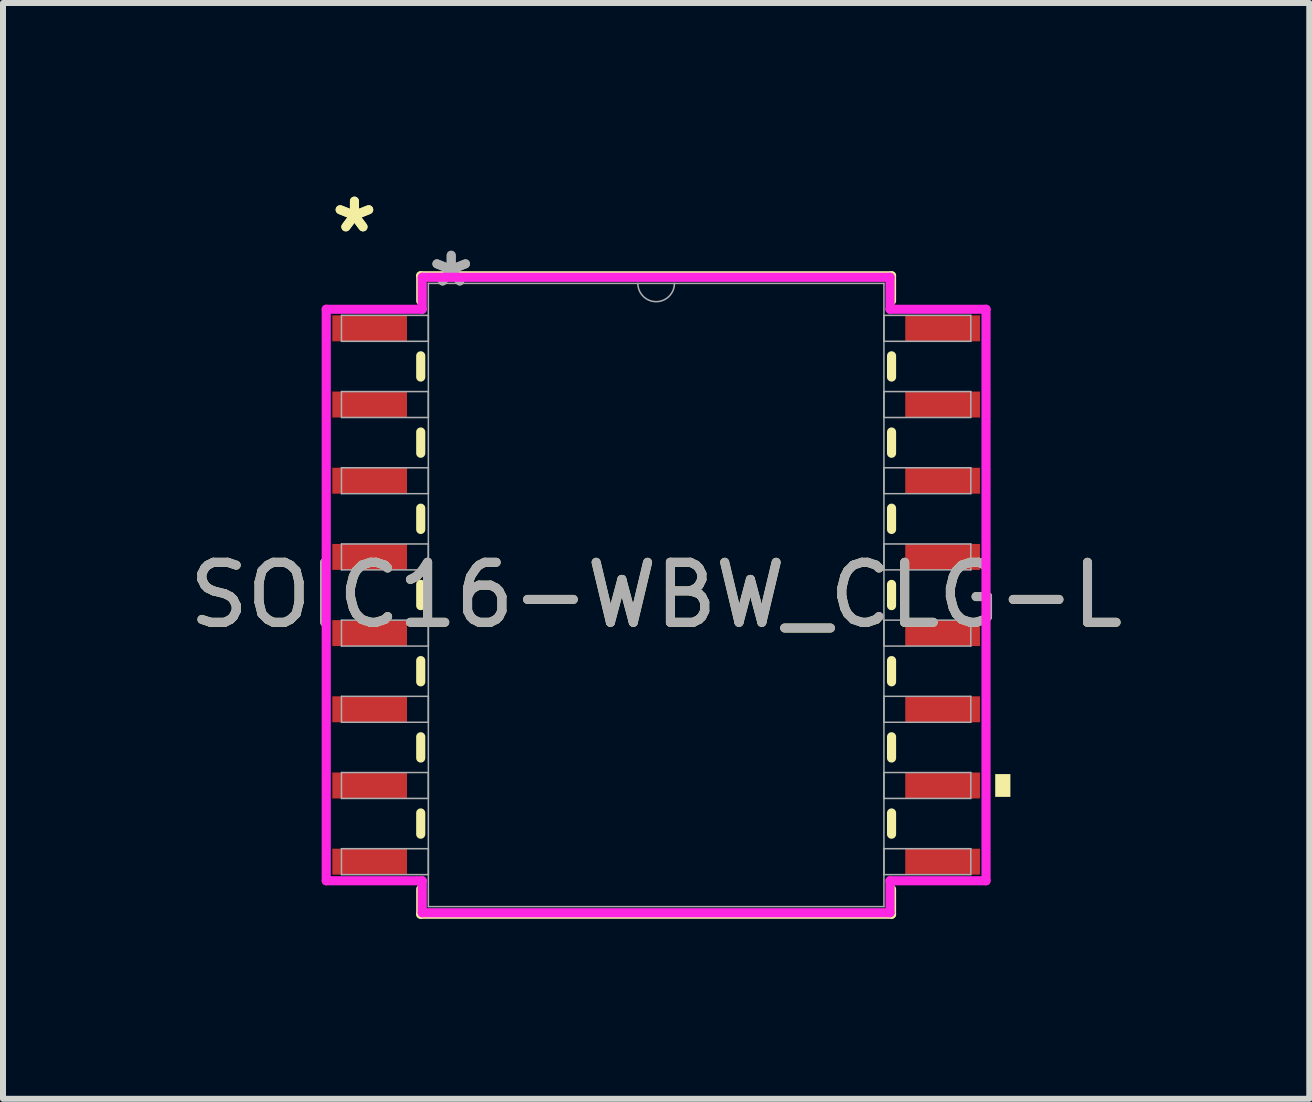
<source format=kicad_pcb>
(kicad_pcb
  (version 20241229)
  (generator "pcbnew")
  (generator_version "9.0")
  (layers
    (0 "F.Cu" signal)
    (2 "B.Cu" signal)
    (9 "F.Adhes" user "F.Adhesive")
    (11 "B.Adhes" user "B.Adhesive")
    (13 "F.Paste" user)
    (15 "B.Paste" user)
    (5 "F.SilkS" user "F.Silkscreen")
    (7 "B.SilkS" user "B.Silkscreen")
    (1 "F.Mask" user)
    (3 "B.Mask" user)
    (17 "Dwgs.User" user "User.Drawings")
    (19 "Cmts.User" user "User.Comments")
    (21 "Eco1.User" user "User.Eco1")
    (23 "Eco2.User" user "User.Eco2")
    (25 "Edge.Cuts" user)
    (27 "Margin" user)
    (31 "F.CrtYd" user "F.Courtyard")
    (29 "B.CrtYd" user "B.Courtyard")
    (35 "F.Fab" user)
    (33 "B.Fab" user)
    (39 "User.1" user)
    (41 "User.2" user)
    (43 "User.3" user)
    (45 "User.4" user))
  (footprint "SOIC16-WBW_CLG-L"
    (layer "F.Cu")
    (at 7.887 6.868)
    (property "Reference" "SOIC16-WBW_CLG-L" (at 0 0 0) (unlocked yes) (layer "F.SilkS") (effects (font (size 1 1) (thickness 0.15))))
    (attr smd)
    (fp_line (start -3.924 -5.321) (end -3.924 -4.903) (stroke (width 0.152) (type solid)) (layer "F.SilkS"))
    (fp_line (start -3.924 -3.987) (end -3.924 -3.633) (stroke (width 0.152) (type solid)) (layer "F.SilkS"))
    (fp_line (start -3.924 -2.717) (end -3.924 -2.363) (stroke (width 0.152) (type solid)) (layer "F.SilkS"))
    (fp_line (start -3.924 -1.447) (end -3.924 -1.093) (stroke (width 0.152) (type solid)) (layer "F.SilkS"))
    (fp_line (start -3.924 -0.177) (end -3.924 0.177) (stroke (width 0.152) (type solid)) (layer "F.SilkS"))
    (fp_line (start -3.924 1.093) (end -3.924 1.447) (stroke (width 0.152) (type solid)) (layer "F.SilkS"))
    (fp_line (start -3.924 2.363) (end -3.924 2.717) (stroke (width 0.152) (type solid)) (layer "F.SilkS"))
    (fp_line (start -3.924 3.633) (end -3.924 3.987) (stroke (width 0.152) (type solid)) (layer "F.SilkS"))
    (fp_line (start -3.924 4.903) (end -3.924 5.321) (stroke (width 0.152) (type solid)) (layer "F.SilkS"))
    (fp_line (start -3.924 5.321) (end 3.924 5.321) (stroke (width 0.152) (type solid)) (layer "F.SilkS"))
    (fp_line (start 3.924 -5.321) (end -3.924 -5.321) (stroke (width 0.152) (type solid)) (layer "F.SilkS"))
    (fp_line (start 3.924 -4.903) (end 3.924 -5.321) (stroke (width 0.152) (type solid)) (layer "F.SilkS"))
    (fp_line (start 3.924 -3.633) (end 3.924 -3.987) (stroke (width 0.152) (type solid)) (layer "F.SilkS"))
    (fp_line (start 3.924 -2.363) (end 3.924 -2.717) (stroke (width 0.152) (type solid)) (layer "F.SilkS"))
    (fp_line (start 3.924 -1.093) (end 3.924 -1.447) (stroke (width 0.152) (type solid)) (layer "F.SilkS"))
    (fp_line (start 3.924 0.177) (end 3.924 -0.177) (stroke (width 0.152) (type solid)) (layer "F.SilkS"))
    (fp_line (start 3.924 1.447) (end 3.924 1.093) (stroke (width 0.152) (type solid)) (layer "F.SilkS"))
    (fp_line (start 3.924 2.717) (end 3.924 2.363) (stroke (width 0.152) (type solid)) (layer "F.SilkS"))
    (fp_line (start 3.924 3.987) (end 3.924 3.633) (stroke (width 0.152) (type solid)) (layer "F.SilkS"))
    (fp_line (start 3.924 5.321) (end 3.924 4.903) (stroke (width 0.152) (type solid)) (layer "F.SilkS"))
    (fp_poly (pts (xy 5.905 2.985) (xy 5.905 3.365) (xy 5.652 3.365) (xy 5.652 2.985)) (stroke (width 0) (type solid)) (fill yes) (layer "F.SilkS"))
    (fp_line (start -5.499 -4.763) (end -3.899 -4.763) (stroke (width 0.152) (type solid)) (layer "F.CrtYd"))
    (fp_line (start -5.499 4.763) (end -5.499 -4.763) (stroke (width 0.152) (type solid)) (layer "F.CrtYd"))
    (fp_line (start -5.499 4.763) (end -3.899 4.763) (stroke (width 0.152) (type solid)) (layer "F.CrtYd"))
    (fp_line (start -3.899 -5.296) (end 3.899 -5.296) (stroke (width 0.152) (type solid)) (layer "F.CrtYd"))
    (fp_line (start -3.899 -4.763) (end -3.899 -5.296) (stroke (width 0.152) (type solid)) (layer "F.CrtYd"))
    (fp_line (start -3.899 5.296) (end -3.899 4.763) (stroke (width 0.152) (type solid)) (layer "F.CrtYd"))
    (fp_line (start 3.899 -5.296) (end 3.899 -4.763) (stroke (width 0.152) (type solid)) (layer "F.CrtYd"))
    (fp_line (start 3.899 4.763) (end 3.899 5.296) (stroke (width 0.152) (type solid)) (layer "F.CrtYd"))
    (fp_line (start 3.899 5.296) (end -3.899 5.296) (stroke (width 0.152) (type solid)) (layer "F.CrtYd"))
    (fp_line (start 5.499 -4.763) (end 3.899 -4.763) (stroke (width 0.152) (type solid)) (layer "F.CrtYd"))
    (fp_line (start 5.499 -4.763) (end 5.499 4.763) (stroke (width 0.152) (type solid)) (layer "F.CrtYd"))
    (fp_line (start 5.499 4.763) (end 3.899 4.763) (stroke (width 0.152) (type solid)) (layer "F.CrtYd"))
    (fp_line (start -5.245 -4.661) (end -5.245 -4.229) (stroke (width 0.025) (type solid)) (layer "F.Fab"))
    (fp_line (start -5.245 -4.229) (end -3.797 -4.229) (stroke (width 0.025) (type solid)) (layer "F.Fab"))
    (fp_line (start -5.245 -3.391) (end -5.245 -2.959) (stroke (width 0.025) (type solid)) (layer "F.Fab"))
    (fp_line (start -5.245 -2.959) (end -3.797 -2.959) (stroke (width 0.025) (type solid)) (layer "F.Fab"))
    (fp_line (start -5.245 -2.121) (end -5.245 -1.689) (stroke (width 0.025) (type solid)) (layer "F.Fab"))
    (fp_line (start -5.245 -1.689) (end -3.797 -1.689) (stroke (width 0.025) (type solid)) (layer "F.Fab"))
    (fp_line (start -5.245 -0.851) (end -5.245 -0.419) (stroke (width 0.025) (type solid)) (layer "F.Fab"))
    (fp_line (start -5.245 -0.419) (end -3.797 -0.419) (stroke (width 0.025) (type solid)) (layer "F.Fab"))
    (fp_line (start -5.245 0.419) (end -5.245 0.851) (stroke (width 0.025) (type solid)) (layer "F.Fab"))
    (fp_line (start -5.245 0.851) (end -3.797 0.851) (stroke (width 0.025) (type solid)) (layer "F.Fab"))
    (fp_line (start -5.245 1.689) (end -5.245 2.121) (stroke (width 0.025) (type solid)) (layer "F.Fab"))
    (fp_line (start -5.245 2.121) (end -3.797 2.121) (stroke (width 0.025) (type solid)) (layer "F.Fab"))
    (fp_line (start -5.245 2.959) (end -5.245 3.391) (stroke (width 0.025) (type solid)) (layer "F.Fab"))
    (fp_line (start -5.245 3.391) (end -3.797 3.391) (stroke (width 0.025) (type solid)) (layer "F.Fab"))
    (fp_line (start -5.245 4.229) (end -5.245 4.661) (stroke (width 0.025) (type solid)) (layer "F.Fab"))
    (fp_line (start -5.245 4.661) (end -3.797 4.661) (stroke (width 0.025) (type solid)) (layer "F.Fab"))
    (fp_line (start -3.797 -5.194) (end -3.797 5.194) (stroke (width 0.025) (type solid)) (layer "F.Fab"))
    (fp_line (start -3.797 -4.661) (end -5.245 -4.661) (stroke (width 0.025) (type solid)) (layer "F.Fab"))
    (fp_line (start -3.797 -4.229) (end -3.797 -4.661) (stroke (width 0.025) (type solid)) (layer "F.Fab"))
    (fp_line (start -3.797 -3.391) (end -5.245 -3.391) (stroke (width 0.025) (type solid)) (layer "F.Fab"))
    (fp_line (start -3.797 -2.959) (end -3.797 -3.391) (stroke (width 0.025) (type solid)) (layer "F.Fab"))
    (fp_line (start -3.797 -2.121) (end -5.245 -2.121) (stroke (width 0.025) (type solid)) (layer "F.Fab"))
    (fp_line (start -3.797 -1.689) (end -3.797 -2.121) (stroke (width 0.025) (type solid)) (layer "F.Fab"))
    (fp_line (start -3.797 -0.851) (end -5.245 -0.851) (stroke (width 0.025) (type solid)) (layer "F.Fab"))
    (fp_line (start -3.797 -0.419) (end -3.797 -0.851) (stroke (width 0.025) (type solid)) (layer "F.Fab"))
    (fp_line (start -3.797 0.419) (end -5.245 0.419) (stroke (width 0.025) (type solid)) (layer "F.Fab"))
    (fp_line (start -3.797 0.851) (end -3.797 0.419) (stroke (width 0.025) (type solid)) (layer "F.Fab"))
    (fp_line (start -3.797 1.689) (end -5.245 1.689) (stroke (width 0.025) (type solid)) (layer "F.Fab"))
    (fp_line (start -3.797 2.121) (end -3.797 1.689) (stroke (width 0.025) (type solid)) (layer "F.Fab"))
    (fp_line (start -3.797 2.959) (end -5.245 2.959) (stroke (width 0.025) (type solid)) (layer "F.Fab"))
    (fp_line (start -3.797 3.391) (end -3.797 2.959) (stroke (width 0.025) (type solid)) (layer "F.Fab"))
    (fp_line (start -3.797 4.229) (end -5.245 4.229) (stroke (width 0.025) (type solid)) (layer "F.Fab"))
    (fp_line (start -3.797 4.661) (end -3.797 4.229) (stroke (width 0.025) (type solid)) (layer "F.Fab"))
    (fp_line (start -3.797 5.194) (end 3.797 5.194) (stroke (width 0.025) (type solid)) (layer "F.Fab"))
    (fp_line (start 3.797 -5.194) (end -3.797 -5.194) (stroke (width 0.025) (type solid)) (layer "F.Fab"))
    (fp_line (start 3.797 -4.661) (end 3.797 -4.229) (stroke (width 0.025) (type solid)) (layer "F.Fab"))
    (fp_line (start 3.797 -4.229) (end 5.245 -4.229) (stroke (width 0.025) (type solid)) (layer "F.Fab"))
    (fp_line (start 3.797 -3.391) (end 3.797 -2.959) (stroke (width 0.025) (type solid)) (layer "F.Fab"))
    (fp_line (start 3.797 -2.959) (end 5.245 -2.959) (stroke (width 0.025) (type solid)) (layer "F.Fab"))
    (fp_line (start 3.797 -2.121) (end 3.797 -1.689) (stroke (width 0.025) (type solid)) (layer "F.Fab"))
    (fp_line (start 3.797 -1.689) (end 5.245 -1.689) (stroke (width 0.025) (type solid)) (layer "F.Fab"))
    (fp_line (start 3.797 -0.851) (end 3.797 -0.419) (stroke (width 0.025) (type solid)) (layer "F.Fab"))
    (fp_line (start 3.797 -0.419) (end 5.245 -0.419) (stroke (width 0.025) (type solid)) (layer "F.Fab"))
    (fp_line (start 3.797 0.419) (end 3.797 0.851) (stroke (width 0.025) (type solid)) (layer "F.Fab"))
    (fp_line (start 3.797 0.851) (end 5.245 0.851) (stroke (width 0.025) (type solid)) (layer "F.Fab"))
    (fp_line (start 3.797 1.689) (end 3.797 2.121) (stroke (width 0.025) (type solid)) (layer "F.Fab"))
    (fp_line (start 3.797 2.121) (end 5.245 2.121) (stroke (width 0.025) (type solid)) (layer "F.Fab"))
    (fp_line (start 3.797 2.959) (end 3.797 3.391) (stroke (width 0.025) (type solid)) (layer "F.Fab"))
    (fp_line (start 3.797 3.391) (end 5.245 3.391) (stroke (width 0.025) (type solid)) (layer "F.Fab"))
    (fp_line (start 3.797 4.229) (end 3.797 4.661) (stroke (width 0.025) (type solid)) (layer "F.Fab"))
    (fp_line (start 3.797 4.661) (end 5.245 4.661) (stroke (width 0.025) (type solid)) (layer "F.Fab"))
    (fp_line (start 3.797 5.194) (end 3.797 -5.194) (stroke (width 0.025) (type solid)) (layer "F.Fab"))
    (fp_line (start 5.245 -4.661) (end 3.797 -4.661) (stroke (width 0.025) (type solid)) (layer "F.Fab"))
    (fp_line (start 5.245 -4.229) (end 5.245 -4.661) (stroke (width 0.025) (type solid)) (layer "F.Fab"))
    (fp_line (start 5.245 -3.391) (end 3.797 -3.391) (stroke (width 0.025) (type solid)) (layer "F.Fab"))
    (fp_line (start 5.245 -2.959) (end 5.245 -3.391) (stroke (width 0.025) (type solid)) (layer "F.Fab"))
    (fp_line (start 5.245 -2.121) (end 3.797 -2.121) (stroke (width 0.025) (type solid)) (layer "F.Fab"))
    (fp_line (start 5.245 -1.689) (end 5.245 -2.121) (stroke (width 0.025) (type solid)) (layer "F.Fab"))
    (fp_line (start 5.245 -0.851) (end 3.797 -0.851) (stroke (width 0.025) (type solid)) (layer "F.Fab"))
    (fp_line (start 5.245 -0.419) (end 5.245 -0.851) (stroke (width 0.025) (type solid)) (layer "F.Fab"))
    (fp_line (start 5.245 0.419) (end 3.797 0.419) (stroke (width 0.025) (type solid)) (layer "F.Fab"))
    (fp_line (start 5.245 0.851) (end 5.245 0.419) (stroke (width 0.025) (type solid)) (layer "F.Fab"))
    (fp_line (start 5.245 1.689) (end 3.797 1.689) (stroke (width 0.025) (type solid)) (layer "F.Fab"))
    (fp_line (start 5.245 2.121) (end 5.245 1.689) (stroke (width 0.025) (type solid)) (layer "F.Fab"))
    (fp_line (start 5.245 2.959) (end 3.797 2.959) (stroke (width 0.025) (type solid)) (layer "F.Fab"))
    (fp_line (start 5.245 3.391) (end 5.245 2.959) (stroke (width 0.025) (type solid)) (layer "F.Fab"))
    (fp_line (start 5.245 4.229) (end 3.797 4.229) (stroke (width 0.025) (type solid)) (layer "F.Fab"))
    (fp_line (start 5.245 4.661) (end 5.245 4.229) (stroke (width 0.025) (type solid)) (layer "F.Fab"))
    (fp_arc (start 0.3048 -5.1943) (mid 0 -4.8895) (end -0.3048 -5.1943) (stroke (width 0.0254) (type solid)) (layer "F.Fab"))
    (fp_text user "*" (at -5.029 -6.02 0) (layer "F.SilkS") (effects (font (size 1 1) (thickness 0.15))))
    (fp_text user "*" (at -5.029 -6.02 0) (unlocked yes) (layer "F.SilkS") (effects (font (size 1 1) (thickness 0.15))))
    (fp_text user "*" (at -3.416 -5.118 0) (unlocked yes) (layer "F.Fab") (effects (font (size 1 1) (thickness 0.15))))
    (fp_text user "*" (at -3.416 -5.118 0) (layer "F.Fab") (effects (font (size 1 1) (thickness 0.15))))
    (fp_text user "${REFERENCE}" (at 0 0 0) (unlocked yes) (layer "F.Fab") (effects (font (size 1 1) (thickness 0.15))))
    (pad "1" smd rect (at -4.775 -4.445) (size 1.245 0.432) (layers "F.Cu" "F.Mask" "F.Paste"))
    (pad "2" smd rect (at -4.775 -3.175) (size 1.245 0.432) (layers "F.Cu" "F.Mask" "F.Paste"))
    (pad "3" smd rect (at -4.775 -1.905) (size 1.245 0.432) (layers "F.Cu" "F.Mask" "F.Paste"))
    (pad "4" smd rect (at -4.775 -0.635) (size 1.245 0.432) (layers "F.Cu" "F.Mask" "F.Paste"))
    (pad "5" smd rect (at -4.775 0.635) (size 1.245 0.432) (layers "F.Cu" "F.Mask" "F.Paste"))
    (pad "6" smd rect (at -4.775 1.905) (size 1.245 0.432) (layers "F.Cu" "F.Mask" "F.Paste"))
    (pad "7" smd rect (at -4.775 3.175) (size 1.245 0.432) (layers "F.Cu" "F.Mask" "F.Paste"))
    (pad "8" smd rect (at -4.775 4.445) (size 1.245 0.432) (layers "F.Cu" "F.Mask" "F.Paste"))
    (pad "9" smd rect (at 4.775 4.445) (size 1.245 0.432) (layers "F.Cu" "F.Mask" "F.Paste"))
    (pad "10" smd rect (at 4.775 3.175) (size 1.245 0.432) (layers "F.Cu" "F.Mask" "F.Paste"))
    (pad "11" smd rect (at 4.775 1.905) (size 1.245 0.432) (layers "F.Cu" "F.Mask" "F.Paste"))
    (pad "12" smd rect (at 4.775 0.635) (size 1.245 0.432) (layers "F.Cu" "F.Mask" "F.Paste"))
    (pad "13" smd rect (at 4.775 -0.635) (size 1.245 0.432) (layers "F.Cu" "F.Mask" "F.Paste"))
    (pad "14" smd rect (at 4.775 -1.905) (size 1.245 0.432) (layers "F.Cu" "F.Mask" "F.Paste"))
    (pad "15" smd rect (at 4.775 -3.175) (size 1.245 0.432) (layers "F.Cu" "F.Mask" "F.Paste"))
    (pad "16" smd rect (at 4.775 -4.445) (size 1.245 0.432) (layers "F.Cu" "F.Mask" "F.Paste")))
  (gr_rect
    (start -3 -3)
    (end 18.774 15.266)
    (stroke (width 0.1) (type default))
    (fill no)
    (layer "Edge.Cuts")))
</source>
